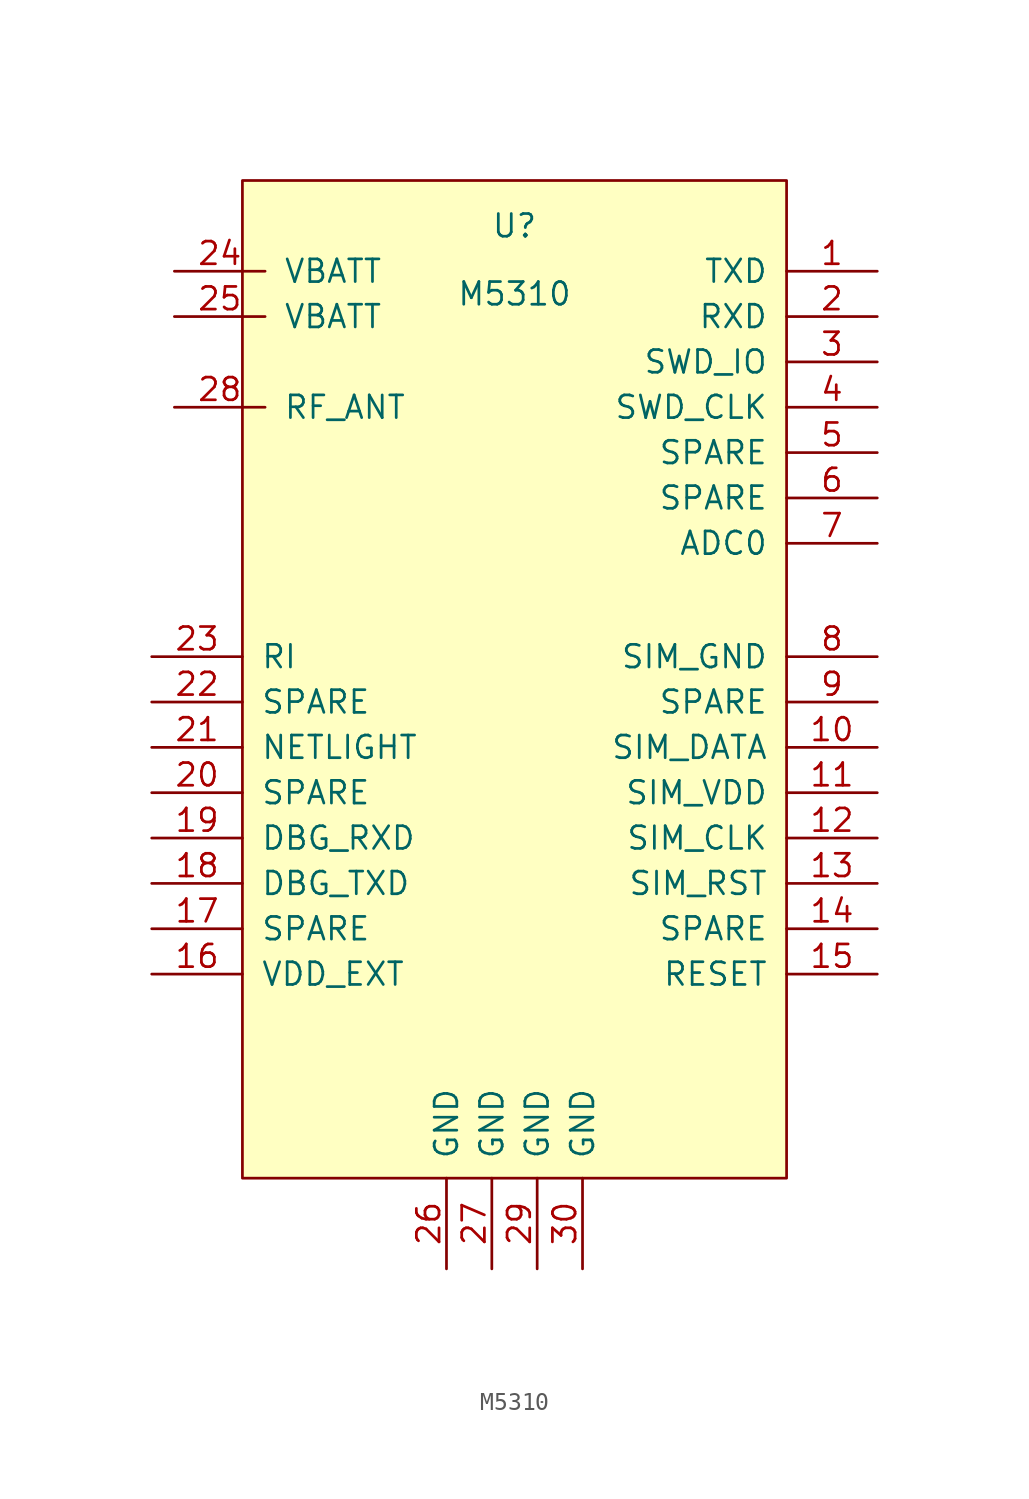
<source format=kicad_sym>
(kicad_symbol_lib
  (version 20211014)
  (generator kicad_symbol_editor)
  (symbol "M5310"
    (pin_names
      (offset 1.016))
    (property "Reference" "U"
      (at 0 10.16 0)
      (effects (font (size 1.27 1.27))))
    (property "Value" "M5310"
      (at 0 6.35 0)
      (effects (font (size 1.27 1.27))))
    (symbol "M5310_0_1"
      (rectangle (start -15.24 12.7) (end 15.24 -43.18) (stroke (width 0) (type default) (color 0 0 0 0)) (fill (type background))))
    (symbol "M5310_1_1"
      (pin output line (at 20.32 7.62 180) (length 5.08) (name "TXD" (effects (font (size 1.27 1.27)))) (number "1" (effects (font (size 1.27 1.27)))))
      (pin input line (at 20.32 -19.05 180) (length 5.08) (name "SIM_DATA" (effects (font (size 1.27 1.27)))) (number "10" (effects (font (size 1.27 1.27)))))
      (pin input line (at 20.32 -21.59 180) (length 5.08) (name "SIM_VDD" (effects (font (size 1.27 1.27)))) (number "11" (effects (font (size 1.27 1.27)))))
      (pin input line (at 20.32 -24.13 180) (length 5.08) (name "SIM_CLK" (effects (font (size 1.27 1.27)))) (number "12" (effects (font (size 1.27 1.27)))))
      (pin input line (at 20.32 -26.67 180) (length 5.08) (name "SIM_RST" (effects (font (size 1.27 1.27)))) (number "13" (effects (font (size 1.27 1.27)))))
      (pin input line (at 20.32 -29.21 180) (length 5.08) (name "SPARE" (effects (font (size 1.27 1.27)))) (number "14" (effects (font (size 1.27 1.27)))))
      (pin input line (at 20.32 -31.75 180) (length 5.08) (name "RESET" (effects (font (size 1.27 1.27)))) (number "15" (effects (font (size 1.27 1.27)))))
      (pin input line (at -20.32 -31.75 0) (length 5.08) (name "VDD_EXT" (effects (font (size 1.27 1.27)))) (number "16" (effects (font (size 1.27 1.27)))))
      (pin input line (at -20.32 -29.21 0) (length 5.08) (name "SPARE" (effects (font (size 1.27 1.27)))) (number "17" (effects (font (size 1.27 1.27)))))
      (pin input line (at -20.32 -26.67 0) (length 5.08) (name "DBG_TXD" (effects (font (size 1.27 1.27)))) (number "18" (effects (font (size 1.27 1.27)))))
      (pin input line (at -20.32 -24.13 0) (length 5.08) (name "DBG_RXD" (effects (font (size 1.27 1.27)))) (number "19" (effects (font (size 1.27 1.27)))))
      (pin input line (at 20.32 5.08 180) (length 5.08) (name "RXD" (effects (font (size 1.27 1.27)))) (number "2" (effects (font (size 1.27 1.27)))))
      (pin input line (at -20.32 -21.59 0) (length 5.08) (name "SPARE" (effects (font (size 1.27 1.27)))) (number "20" (effects (font (size 1.27 1.27)))))
      (pin input line (at -20.32 -19.05 0) (length 5.08) (name "NETLIGHT" (effects (font (size 1.27 1.27)))) (number "21" (effects (font (size 1.27 1.27)))))
      (pin input line (at -20.32 -16.51 0) (length 5.08) (name "SPARE" (effects (font (size 1.27 1.27)))) (number "22" (effects (font (size 1.27 1.27)))))
      (pin input line (at -20.32 -13.97 0) (length 5.08) (name "RI" (effects (font (size 1.27 1.27)))) (number "23" (effects (font (size 1.27 1.27)))))
      (pin input line (at -19.05 7.62 0) (length 5.08) (name "VBATT" (effects (font (size 1.27 1.27)))) (number "24" (effects (font (size 1.27 1.27)))))
      (pin input line (at -19.05 5.08 0) (length 5.08) (name "VBATT" (effects (font (size 1.27 1.27)))) (number "25" (effects (font (size 1.27 1.27)))))
      (pin input line (at -3.81 -48.26 90) (length 5.08) (name "GND" (effects (font (size 1.27 1.27)))) (number "26" (effects (font (size 1.27 1.27)))))
      (pin input line (at -1.27 -48.26 90) (length 5.08) (name "GND" (effects (font (size 1.27 1.27)))) (number "27" (effects (font (size 1.27 1.27)))))
      (pin output line (at -19.05 0 0) (length 5.08) (name "RF_ANT" (effects (font (size 1.27 1.27)))) (number "28" (effects (font (size 1.27 1.27)))))
      (pin input line (at 1.27 -48.26 90) (length 5.08) (name "GND" (effects (font (size 1.27 1.27)))) (number "29" (effects (font (size 1.27 1.27)))))
      (pin output line (at 20.32 2.54 180) (length 5.08) (name "SWD_IO" (effects (font (size 1.27 1.27)))) (number "3" (effects (font (size 1.27 1.27)))))
      (pin input line (at 3.81 -48.26 90) (length 5.08) (name "GND" (effects (font (size 1.27 1.27)))) (number "30" (effects (font (size 1.27 1.27)))))
      (pin output line (at 20.32 0 180) (length 5.08) (name "SWD_CLK" (effects (font (size 1.27 1.27)))) (number "4" (effects (font (size 1.27 1.27)))))
      (pin output line (at 20.32 -2.54 180) (length 5.08) (name "SPARE" (effects (font (size 1.27 1.27)))) (number "5" (effects (font (size 1.27 1.27)))))
      (pin output line (at 20.32 -5.08 180) (length 5.08) (name "SPARE" (effects (font (size 1.27 1.27)))) (number "6" (effects (font (size 1.27 1.27)))))
      (pin input line (at 20.32 -7.62 180) (length 5.08) (name "ADC0" (effects (font (size 1.27 1.27)))) (number "7" (effects (font (size 1.27 1.27)))))
      (pin input line (at 20.32 -13.97 180) (length 5.08) (name "SIM_GND" (effects (font (size 1.27 1.27)))) (number "8" (effects (font (size 1.27 1.27)))))
      (pin input line (at 20.32 -16.51 180) (length 5.08) (name "SPARE" (effects (font (size 1.27 1.27)))) (number "9" (effects (font (size 1.27 1.27))))))))
</source>
